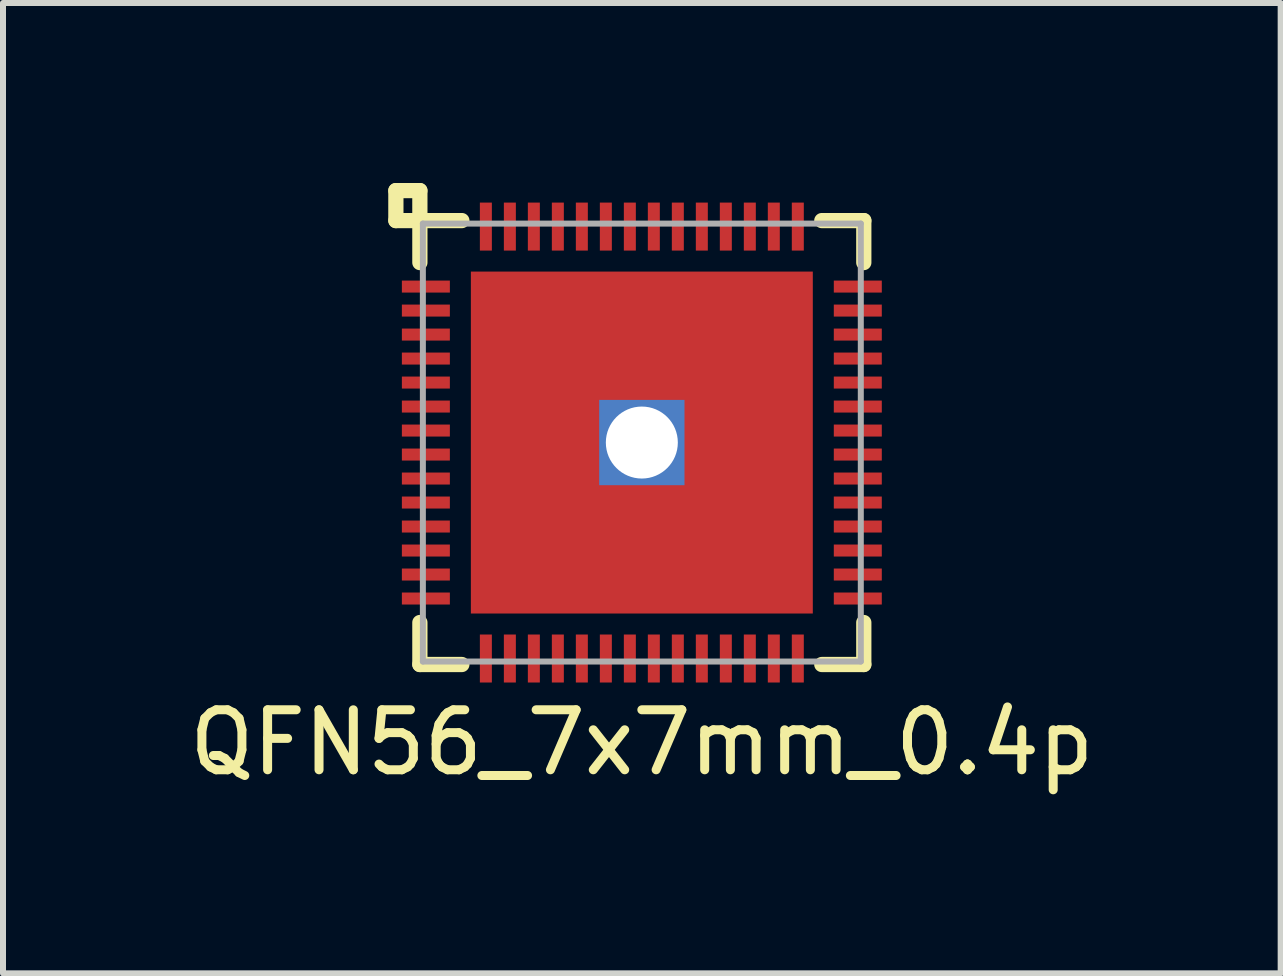
<source format=kicad_pcb>
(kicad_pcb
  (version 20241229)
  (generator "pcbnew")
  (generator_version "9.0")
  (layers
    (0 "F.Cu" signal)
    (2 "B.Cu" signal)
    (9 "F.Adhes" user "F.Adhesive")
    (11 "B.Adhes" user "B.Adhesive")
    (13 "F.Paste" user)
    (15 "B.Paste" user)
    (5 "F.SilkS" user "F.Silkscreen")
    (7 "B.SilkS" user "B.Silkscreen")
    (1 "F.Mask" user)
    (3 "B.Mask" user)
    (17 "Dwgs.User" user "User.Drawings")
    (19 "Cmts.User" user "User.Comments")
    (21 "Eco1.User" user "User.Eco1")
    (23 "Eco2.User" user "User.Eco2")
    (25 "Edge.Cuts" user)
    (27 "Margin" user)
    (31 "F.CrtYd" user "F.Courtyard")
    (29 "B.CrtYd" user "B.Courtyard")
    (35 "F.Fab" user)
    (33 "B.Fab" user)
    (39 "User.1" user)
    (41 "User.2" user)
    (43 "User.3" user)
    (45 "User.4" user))
  (footprint "QFN56_7x7mm_0.4p"
    (layer "F.Cu")
    (at 7.649 4.327)
    (property "Reference" "QFN56_7x7mm_0.4p" (at 0 5 0) (layer "F.SilkS") (effects (font (size 1 1) (thickness 0.15))))
    (attr smd)
    (fp_line (start -4.1 -4.2) (end -3.7 -4.2) (stroke (width 0.254) (type solid)) (layer "F.SilkS"))
    (fp_line (start -4.1 -3.7) (end -4.1 -4.2) (stroke (width 0.254) (type solid)) (layer "F.SilkS"))
    (fp_line (start -3.7 -4.2) (end -3.7 -3) (stroke (width 0.254) (type solid)) (layer "F.SilkS"))
    (fp_line (start -3.7 3.7) (end -3.7 3) (stroke (width 0.254) (type solid)) (layer "F.SilkS"))
    (fp_line (start -3 -3.7) (end -4.1 -3.7) (stroke (width 0.254) (type solid)) (layer "F.SilkS"))
    (fp_line (start -3 3.7) (end -3.7 3.7) (stroke (width 0.254) (type solid)) (layer "F.SilkS"))
    (fp_line (start 3 -3.7) (end 3.7 -3.7) (stroke (width 0.254) (type solid)) (layer "F.SilkS"))
    (fp_line (start 3.7 -3.7) (end 3.7 -3) (stroke (width 0.254) (type solid)) (layer "F.SilkS"))
    (fp_line (start 3.7 3) (end 3.7 3.7) (stroke (width 0.254) (type solid)) (layer "F.SilkS"))
    (fp_line (start 3.7 3.7) (end 3 3.7) (stroke (width 0.254) (type solid)) (layer "F.SilkS"))
    (fp_line (start -3.65 -3.65) (end 3.65 -3.65) (stroke (width 0.1) (type solid)) (layer "F.Fab"))
    (fp_line (start -3.65 3.65) (end -3.65 -3.65) (stroke (width 0.1) (type solid)) (layer "F.Fab"))
    (fp_line (start 3.65 -3.65) (end 3.65 3.65) (stroke (width 0.1) (type solid)) (layer "F.Fab"))
    (fp_line (start 3.65 3.65) (end -3.65 3.65) (stroke (width 0.1) (type solid)) (layer "F.Fab"))
    (pad "" smd rect (at -1.6 -1.8) (size 2.2 1.6) (layers "F.Paste"))
    (pad "" smd rect (at -1.6 1.8) (size 2.2 1.6) (layers "F.Paste"))
    (pad "" smd rect (at 1.6 -1.8) (size 2.2 1.6) (layers "F.Paste"))
    (pad "" smd rect (at 1.6 1.8) (size 2.2 1.6) (layers "F.Paste"))
    (pad "0" thru_hole rect (at 0 0) (size 1.422 1.422) (drill 1.2) (layers "*.Cu" "*.Mask"))
    (pad "0" smd rect (at 0 0) (size 5.7 5.7) (layers "F.Cu" "F.Mask"))
    (pad "1" smd rect (at -3.6 -2.6 90) (size 0.2 0.8) (layers "F.Cu" "F.Mask" "F.Paste"))
    (pad "2" smd rect (at -3.6 -2.2 90) (size 0.2 0.8) (layers "F.Cu" "F.Mask" "F.Paste"))
    (pad "3" smd rect (at -3.6 -1.8 90) (size 0.2 0.8) (layers "F.Cu" "F.Mask" "F.Paste"))
    (pad "4" smd rect (at -3.6 -1.4 90) (size 0.2 0.8) (layers "F.Cu" "F.Mask" "F.Paste"))
    (pad "5" smd rect (at -3.6 -1 90) (size 0.2 0.8) (layers "F.Cu" "F.Mask" "F.Paste"))
    (pad "6" smd rect (at -3.6 -0.6 90) (size 0.2 0.8) (layers "F.Cu" "F.Mask" "F.Paste"))
    (pad "7" smd rect (at -3.6 -0.2 90) (size 0.2 0.8) (layers "F.Cu" "F.Mask" "F.Paste"))
    (pad "8" smd rect (at -3.6 0.2 90) (size 0.2 0.8) (layers "F.Cu" "F.Mask" "F.Paste"))
    (pad "9" smd rect (at -3.6 0.6 90) (size 0.2 0.8) (layers "F.Cu" "F.Mask" "F.Paste"))
    (pad "10" smd rect (at -3.6 1 90) (size 0.2 0.8) (layers "F.Cu" "F.Mask" "F.Paste"))
    (pad "11" smd rect (at -3.6 1.4 90) (size 0.2 0.8) (layers "F.Cu" "F.Mask" "F.Paste"))
    (pad "12" smd rect (at -3.6 1.8 90) (size 0.2 0.8) (layers "F.Cu" "F.Mask" "F.Paste"))
    (pad "13" smd rect (at -3.6 2.2 90) (size 0.2 0.8) (layers "F.Cu" "F.Mask" "F.Paste"))
    (pad "14" smd rect (at -3.6 2.6 90) (size 0.2 0.8) (layers "F.Cu" "F.Mask" "F.Paste"))
    (pad "15" smd rect (at -2.6 3.6 180) (size 0.2 0.8) (layers "F.Cu" "F.Mask" "F.Paste"))
    (pad "16" smd rect (at -2.2 3.6) (size 0.2 0.8) (layers "F.Cu" "F.Mask" "F.Paste"))
    (pad "17" smd rect (at -1.8 3.6) (size 0.2 0.8) (layers "F.Cu" "F.Mask" "F.Paste"))
    (pad "18" smd rect (at -1.4 3.6) (size 0.2 0.8) (layers "F.Cu" "F.Mask" "F.Paste"))
    (pad "19" smd rect (at -1 3.6) (size 0.2 0.8) (layers "F.Cu" "F.Mask" "F.Paste"))
    (pad "20" smd rect (at -0.6 3.6) (size 0.2 0.8) (layers "F.Cu" "F.Mask" "F.Paste"))
    (pad "21" smd rect (at -0.2 3.6) (size 0.2 0.8) (layers "F.Cu" "F.Mask" "F.Paste"))
    (pad "22" smd rect (at 0.2 3.6) (size 0.2 0.8) (layers "F.Cu" "F.Mask" "F.Paste"))
    (pad "23" smd rect (at 0.6 3.6) (size 0.2 0.8) (layers "F.Cu" "F.Mask" "F.Paste"))
    (pad "24" smd rect (at 1 3.6) (size 0.2 0.8) (layers "F.Cu" "F.Mask" "F.Paste"))
    (pad "25" smd rect (at 1.4 3.6) (size 0.2 0.8) (layers "F.Cu" "F.Mask" "F.Paste"))
    (pad "26" smd rect (at 1.8 3.6) (size 0.2 0.8) (layers "F.Cu" "F.Mask" "F.Paste"))
    (pad "27" smd rect (at 2.2 3.6) (size 0.2 0.8) (layers "F.Cu" "F.Mask" "F.Paste"))
    (pad "28" smd rect (at 2.6 3.6) (size 0.2 0.8) (layers "F.Cu" "F.Mask" "F.Paste"))
    (pad "29" smd rect (at 3.6 2.6 270) (size 0.2 0.8) (layers "F.Cu" "F.Mask" "F.Paste"))
    (pad "30" smd rect (at 3.6 2.2 270) (size 0.2 0.8) (layers "F.Cu" "F.Mask" "F.Paste"))
    (pad "31" smd rect (at 3.6 1.8 270) (size 0.2 0.8) (layers "F.Cu" "F.Mask" "F.Paste"))
    (pad "32" smd rect (at 3.6 1.4 270) (size 0.2 0.8) (layers "F.Cu" "F.Mask" "F.Paste"))
    (pad "33" smd rect (at 3.6 1 270) (size 0.2 0.8) (layers "F.Cu" "F.Mask" "F.Paste"))
    (pad "34" smd rect (at 3.6 0.6 270) (size 0.2 0.8) (layers "F.Cu" "F.Mask" "F.Paste"))
    (pad "35" smd rect (at 3.6 0.2 270) (size 0.2 0.8) (layers "F.Cu" "F.Mask" "F.Paste"))
    (pad "36" smd rect (at 3.6 -0.2 270) (size 0.2 0.8) (layers "F.Cu" "F.Mask" "F.Paste"))
    (pad "37" smd rect (at 3.6 -0.6 270) (size 0.2 0.8) (layers "F.Cu" "F.Mask" "F.Paste"))
    (pad "38" smd rect (at 3.6 -1 270) (size 0.2 0.8) (layers "F.Cu" "F.Mask" "F.Paste"))
    (pad "39" smd rect (at 3.6 -1.4 270) (size 0.2 0.8) (layers "F.Cu" "F.Mask" "F.Paste"))
    (pad "40" smd rect (at 3.6 -1.8 270) (size 0.2 0.8) (layers "F.Cu" "F.Mask" "F.Paste"))
    (pad "41" smd rect (at 3.6 -2.2 270) (size 0.2 0.8) (layers "F.Cu" "F.Mask" "F.Paste"))
    (pad "42" smd rect (at 3.6 -2.6 270) (size 0.2 0.8) (layers "F.Cu" "F.Mask" "F.Paste"))
    (pad "43" smd rect (at 2.6 -3.6) (size 0.2 0.8) (layers "F.Cu" "F.Mask" "F.Paste"))
    (pad "44" smd rect (at 2.2 -3.6) (size 0.2 0.8) (layers "F.Cu" "F.Mask" "F.Paste"))
    (pad "45" smd rect (at 1.8 -3.6) (size 0.2 0.8) (layers "F.Cu" "F.Mask" "F.Paste"))
    (pad "46" smd rect (at 1.4 -3.6) (size 0.2 0.8) (layers "F.Cu" "F.Mask" "F.Paste"))
    (pad "47" smd rect (at 1 -3.6) (size 0.2 0.8) (layers "F.Cu" "F.Mask" "F.Paste"))
    (pad "48" smd rect (at 0.6 -3.6) (size 0.2 0.8) (layers "F.Cu" "F.Mask" "F.Paste"))
    (pad "49" smd rect (at 0.2 -3.6) (size 0.2 0.8) (layers "F.Cu" "F.Mask" "F.Paste"))
    (pad "50" smd rect (at -0.2 -3.6) (size 0.2 0.8) (layers "F.Cu" "F.Mask" "F.Paste"))
    (pad "51" smd rect (at -0.6 -3.6) (size 0.2 0.8) (layers "F.Cu" "F.Mask" "F.Paste"))
    (pad "52" smd rect (at -1 -3.6) (size 0.2 0.8) (layers "F.Cu" "F.Mask" "F.Paste"))
    (pad "53" smd rect (at -1.4 -3.6) (size 0.2 0.8) (layers "F.Cu" "F.Mask" "F.Paste"))
    (pad "54" smd rect (at -1.8 -3.6) (size 0.2 0.8) (layers "F.Cu" "F.Mask" "F.Paste"))
    (pad "55" smd rect (at -2.2 -3.6) (size 0.2 0.8) (layers "F.Cu" "F.Mask" "F.Paste"))
    (pad "56" smd rect (at -2.6 -3.6) (size 0.2 0.8) (layers "F.Cu" "F.Mask" "F.Paste")))
  (gr_rect
    (start -3 -3)
    (end 18.298 13.175)
    (stroke (width 0.1) (type default))
    (fill no)
    (layer "Edge.Cuts")))
</source>
